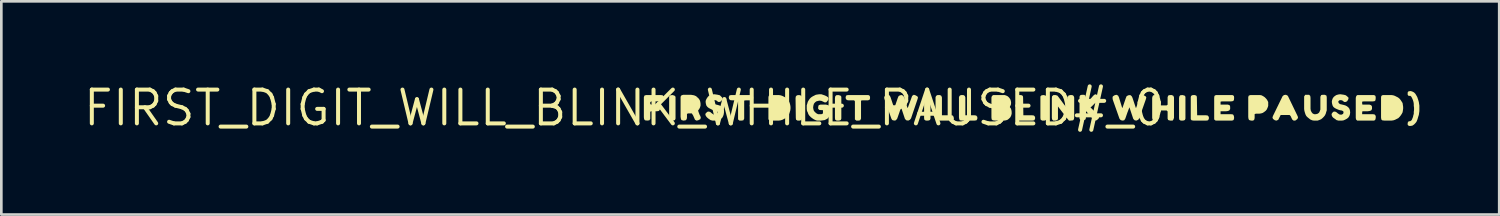
<source format=kicad_pcb>
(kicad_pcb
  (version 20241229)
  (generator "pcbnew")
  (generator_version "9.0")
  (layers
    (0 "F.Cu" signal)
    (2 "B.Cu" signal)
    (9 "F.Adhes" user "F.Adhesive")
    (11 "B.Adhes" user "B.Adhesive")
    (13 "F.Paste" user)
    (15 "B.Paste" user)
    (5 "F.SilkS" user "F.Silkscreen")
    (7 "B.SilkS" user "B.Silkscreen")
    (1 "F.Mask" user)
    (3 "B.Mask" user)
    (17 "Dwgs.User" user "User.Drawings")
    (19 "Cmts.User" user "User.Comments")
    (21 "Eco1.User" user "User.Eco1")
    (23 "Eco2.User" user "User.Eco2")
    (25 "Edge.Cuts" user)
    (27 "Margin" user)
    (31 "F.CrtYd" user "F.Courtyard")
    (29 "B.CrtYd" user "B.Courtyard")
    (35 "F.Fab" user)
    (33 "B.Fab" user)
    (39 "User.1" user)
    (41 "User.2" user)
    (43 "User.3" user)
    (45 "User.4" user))
  (footprint "FIRST_DIGIT_WILL_BLINK_WHILE_PAUSED#_0"
    (layer "F.Cu")
    (at 20.418 1.006)
    (property "Reference" "FIRST_DIGIT_WILL_BLINK_WHILE_PAUSED#_0" (at 0 0 0) (layer "F.SilkS") (effects (font (size 1.27 1.27) (thickness 0.15))))
    (fp_poly (pts (xy 1.873 -0.464) (xy 1.915 -0.422) (xy 1.915 0.401) (xy 1.894 0.454) (xy 1.831 0.475) (xy 1.739 0.475) (xy 1.685 0.443) (xy 1.675 0.38) (xy 1.675 -0.432) (xy 1.718 -0.475) (xy 1.8 -0.485)) (stroke (width 0) (type solid)) (fill yes) (layer "F.SilkS"))
    (fp_poly (pts (xy 6.633 -0.464) (xy 6.665 -0.422) (xy 6.665 0.401) (xy 6.644 0.454) (xy 6.581 0.475) (xy 6.499 0.475) (xy 6.445 0.443) (xy 6.435 0.38) (xy 6.425 -0.37) (xy 6.435 -0.432) (xy 6.478 -0.475) (xy 6.56 -0.485)) (stroke (width 0) (type solid)) (fill yes) (layer "F.SilkS"))
    (fp_poly (pts (xy 8.113 -0.464) (xy 8.145 -0.422) (xy 8.145 0.401) (xy 8.124 0.454) (xy 8.061 0.475) (xy 7.969 0.475) (xy 7.915 0.443) (xy 7.905 0.38) (xy 7.905 -0.37) (xy 7.915 -0.432) (xy 7.947 -0.475) (xy 8.03 -0.485)) (stroke (width 0) (type solid)) (fill yes) (layer "F.SilkS"))
    (fp_poly (pts (xy 11.453 -0.464) (xy 11.485 -0.422) (xy 11.495 -0.35) (xy 11.495 0.401) (xy 11.474 0.454) (xy 11.411 0.475) (xy 11.319 0.475) (xy 11.265 0.443) (xy 11.255 0.38) (xy 11.255 -0.432) (xy 11.298 -0.475) (xy 11.38 -0.485)) (stroke (width 0) (type solid)) (fill yes) (layer "F.SilkS"))
    (fp_poly (pts (xy 21.043 -0.464) (xy 21.075 -0.422) (xy 21.075 0.401) (xy 21.054 0.454) (xy 20.991 0.475) (xy 20.899 0.475) (xy 20.845 0.443) (xy 20.835 0.38) (xy 20.835 -0.37) (xy 20.845 -0.432) (xy 20.877 -0.475) (xy 20.96 -0.485)) (stroke (width 0) (type solid)) (fill yes) (layer "F.SilkS"))
    (fp_poly (pts (xy 15.823 -0.464) (xy 15.855 -0.422) (xy 15.865 -0.35) (xy 15.865 0.32) (xy 15.855 0.401) (xy 15.834 0.454) (xy 15.781 0.475) (xy 15.689 0.475) (xy 15.635 0.443) (xy 15.625 0.38) (xy 15.625 -0.432) (xy 15.668 -0.475) (xy 15.75 -0.485)) (stroke (width 0) (type solid)) (fill yes) (layer "F.SilkS"))
    (fp_poly (pts (xy 14.965 -0.453) (xy 14.975 -0.39) (xy 14.985 0.275) (xy 15.31 0.275) (xy 15.383 0.285) (xy 15.425 0.338) (xy 15.425 0.411) (xy 15.393 0.465) (xy 15.33 0.475) (xy 14.85 0.475) (xy 14.777 0.465) (xy 14.745 0.422) (xy 14.745 -0.4) (xy 14.756 -0.453) (xy 14.819 -0.485) (xy 14.901 -0.485)) (stroke (width 0) (type solid)) (fill yes) (layer "F.SilkS"))
    (fp_poly (pts (xy 21.495 -0.453) (xy 21.505 -0.39) (xy 21.515 0.275) (xy 21.84 0.275) (xy 21.913 0.285) (xy 21.955 0.338) (xy 21.955 0.411) (xy 21.923 0.465) (xy 21.86 0.475) (xy 21.38 0.475) (xy 21.307 0.465) (xy 21.275 0.422) (xy 21.275 -0.4) (xy 21.286 -0.453) (xy 21.349 -0.485) (xy 21.431 -0.485)) (stroke (width 0) (type solid)) (fill yes) (layer "F.SilkS"))
    (fp_poly (pts (xy 11.904 -0.453) (xy 11.925 -0.391) (xy 11.925 0.275) (xy 12.26 0.275) (xy 12.333 0.285) (xy 12.365 0.338) (xy 12.375 0.411) (xy 12.343 0.465) (xy 12.27 0.475) (xy 11.8 0.475) (xy 11.717 0.465) (xy 11.695 0.422) (xy 11.685 0.35) (xy 11.685 -0.401) (xy 11.706 -0.453) (xy 11.759 -0.485) (xy 11.851 -0.485)) (stroke (width 0) (type solid)) (fill yes) (layer "F.SilkS"))
    (fp_poly (pts (xy 12.784 -0.453) (xy 12.805 -0.391) (xy 12.805 0.275) (xy 13.14 0.275) (xy 13.213 0.285) (xy 13.255 0.338) (xy 13.255 0.411) (xy 13.223 0.465) (xy 13.15 0.475) (xy 12.68 0.475) (xy 12.597 0.465) (xy 12.575 0.422) (xy 12.565 0.35) (xy 12.565 -0.401) (xy 12.586 -0.453) (xy 12.639 -0.485) (xy 12.731 -0.485)) (stroke (width 0) (type solid)) (fill yes) (layer "F.SilkS"))
    (fp_poly (pts (xy 4.825 -0.453) (xy 4.835 -0.38) (xy 4.825 -0.317) (xy 4.761 -0.285) (xy 4.55 -0.285) (xy 4.495 -0.276) (xy 4.495 0.401) (xy 4.463 0.465) (xy 4.4 0.475) (xy 4.318 0.475) (xy 4.265 0.432) (xy 4.265 -0.248) (xy 4.237 -0.285) (xy 4.04 -0.285) (xy 3.968 -0.295) (xy 3.925 -0.338) (xy 3.915 -0.411) (xy 3.947 -0.475) (xy 4.02 -0.485) (xy 4.771 -0.485)) (stroke (width 0) (type solid)) (fill yes) (layer "F.SilkS"))
    (fp_poly (pts (xy 9.215 -0.453) (xy 9.225 -0.38) (xy 9.215 -0.317) (xy 9.151 -0.285) (xy 8.94 -0.285) (xy 8.885 -0.276) (xy 8.885 0.401) (xy 8.853 0.465) (xy 8.79 0.475) (xy 8.708 0.475) (xy 8.655 0.432) (xy 8.655 -0.248) (xy 8.627 -0.285) (xy 8.43 -0.285) (xy 8.358 -0.295) (xy 8.315 -0.338) (xy 8.305 -0.411) (xy 8.337 -0.475) (xy 8.41 -0.485) (xy 9.161 -0.485)) (stroke (width 0) (type solid)) (fill yes) (layer "F.SilkS"))
    (fp_poly (pts (xy 24.913 -0.464) (xy 24.934 -0.432) (xy 25.295 0.318) (xy 25.305 0.371) (xy 25.274 0.423) (xy 25.202 0.475) (xy 25.138 0.475) (xy 25.086 0.433) (xy 25.026 0.303) (xy 24.988 0.265) (xy 24.653 0.265) (xy 24.594 0.382) (xy 24.564 0.444) (xy 24.501 0.475) (xy 24.438 0.465) (xy 24.366 0.413) (xy 24.345 0.36) (xy 24.365 0.298) (xy 24.696 -0.382) (xy 24.726 -0.443) (xy 24.778 -0.485) (xy 24.851 -0.495)) (stroke (width 0) (type solid)) (fill yes) (layer "F.SilkS"))
    (fp_poly (pts (xy 1.433 -0.475) (xy 1.475 -0.422) (xy 1.485 -0.35) (xy 1.464 -0.287) (xy 1.412 -0.245) (xy 1.002 -0.245) (xy 0.965 -0.217) (xy 0.965 -0.152) (xy 0.992 -0.125) (xy 1.272 -0.125) (xy 1.314 -0.083) (xy 1.335 -0.01) (xy 1.325 0.072) (xy 1.282 0.115) (xy 1.21 0.125) (xy 1.001 0.125) (xy 0.965 0.143) (xy 0.965 0.411) (xy 0.933 0.465) (xy 0.85 0.475) (xy 0.767 0.465) (xy 0.735 0.422) (xy 0.725 0.35) (xy 0.725 -0.401) (xy 0.746 -0.464) (xy 0.809 -0.485) (xy 1.36 -0.485)) (stroke (width 0) (type solid)) (fill yes) (layer "F.SilkS"))
    (fp_poly (pts (xy 14.342 -0.465) (xy 14.403 -0.434) (xy 14.454 -0.383) (xy 14.495 -0.322) (xy 14.515 -0.261) (xy 14.525 -0.19) (xy 14.515 -0.118) (xy 14.485 -0.058) (xy 14.476 -0.031) (xy 14.514 0.018) (xy 14.535 0.079) (xy 14.545 0.15) (xy 14.545 0.221) (xy 14.525 0.292) (xy 14.494 0.353) (xy 14.443 0.404) (xy 14.392 0.444) (xy 14.331 0.465) (xy 14.26 0.475) (xy 13.92 0.475) (xy 13.838 0.465) (xy 13.795 0.433) (xy 13.785 0.36) (xy 13.785 -0.391) (xy 13.806 -0.453) (xy 13.859 -0.485) (xy 14.281 -0.485)) (stroke (width 0) (type solid)) (fill yes) (layer "F.SilkS"))
    (fp_poly (pts (xy 16.263 -0.464) (xy 16.304 -0.413) (xy 16.504 -0.143) (xy 16.655 0.055) (xy 16.655 -0.401) (xy 16.676 -0.464) (xy 16.749 -0.485) (xy 16.821 -0.485) (xy 16.874 -0.453) (xy 16.895 -0.391) (xy 16.895 0.36) (xy 16.885 0.422) (xy 16.853 0.465) (xy 16.77 0.475) (xy 16.698 0.475) (xy 16.646 0.413) (xy 16.285 -0.055) (xy 16.285 0.401) (xy 16.264 0.454) (xy 16.201 0.475) (xy 16.108 0.475) (xy 16.065 0.432) (xy 16.055 0.37) (xy 16.055 -0.37) (xy 16.065 -0.443) (xy 16.118 -0.485) (xy 16.191 -0.485)) (stroke (width 0) (type solid)) (fill yes) (layer "F.SilkS"))
    (fp_poly (pts (xy 22.895 -0.453) (xy 22.905 -0.38) (xy 22.895 -0.287) (xy 22.852 -0.255) (xy 22.78 -0.245) (xy 22.44 -0.245) (xy 22.395 -0.236) (xy 22.395 -0.125) (xy 22.671 -0.125) (xy 22.734 -0.104) (xy 22.755 -0.051) (xy 22.755 0.041) (xy 22.723 0.094) (xy 22.671 0.115) (xy 22.6 0.125) (xy 22.395 0.125) (xy 22.395 0.235) (xy 22.79 0.235) (xy 22.863 0.245) (xy 22.895 0.298) (xy 22.905 0.38) (xy 22.884 0.454) (xy 22.831 0.475) (xy 22.208 0.475) (xy 22.155 0.432) (xy 22.155 -0.38) (xy 22.165 -0.453) (xy 22.219 -0.485) (xy 22.841 -0.485)) (stroke (width 0) (type solid)) (fill yes) (layer "F.SilkS"))
    (fp_poly (pts (xy 5.861 -0.475) (xy 5.922 -0.455) (xy 6.043 -0.394) (xy 6.094 -0.344) (xy 6.144 -0.293) (xy 6.184 -0.232) (xy 6.205 -0.182) (xy 6.225 -0.111) (xy 6.235 -0.04) (xy 6.235 0.03) (xy 6.225 0.101) (xy 6.205 0.162) (xy 6.185 0.222) (xy 6.144 0.283) (xy 6.104 0.334) (xy 6.043 0.384) (xy 5.992 0.414) (xy 5.936 0.442) (xy 5.937 0.443) (xy 5.932 0.445) (xy 5.927 0.447) (xy 5.927 0.446) (xy 5.871 0.465) (xy 5.8 0.475) (xy 5.53 0.475) (xy 5.448 0.465) (xy 5.405 0.432) (xy 5.405 -0.39) (xy 5.415 -0.453) (xy 5.469 -0.485) (xy 5.79 -0.485)) (stroke (width 0) (type solid)) (fill yes) (layer "F.SilkS"))
    (fp_poly (pts (xy 23.932 -0.475) (xy 23.993 -0.444) (xy 24.053 -0.404) (xy 24.104 -0.353) (xy 24.144 -0.303) (xy 24.185 -0.221) (xy 24.185 -0.079) (xy 24.165 -0.018) (xy 24.134 0.053) (xy 24.094 0.104) (xy 24.043 0.144) (xy 23.987 0.182) (xy 23.987 0.183) (xy 23.982 0.185) (xy 23.978 0.187) (xy 23.977 0.186) (xy 23.921 0.205) (xy 23.85 0.215) (xy 23.721 0.215) (xy 23.675 0.233) (xy 23.675 0.37) (xy 23.665 0.432) (xy 23.622 0.475) (xy 23.539 0.475) (xy 23.467 0.454) (xy 23.445 0.412) (xy 23.435 0.34) (xy 23.435 -0.411) (xy 23.456 -0.464) (xy 23.519 -0.485) (xy 23.87 -0.485)) (stroke (width 0) (type solid)) (fill yes) (layer "F.SilkS"))
    (fp_poly (pts (xy 20.044 -0.464) (xy 20.065 -0.401) (xy 20.065 -0.132) (xy 20.102 -0.095) (xy 20.368 -0.095) (xy 20.405 -0.122) (xy 20.405 -0.401) (xy 20.426 -0.464) (xy 20.489 -0.485) (xy 20.561 -0.485) (xy 20.624 -0.454) (xy 20.645 -0.391) (xy 20.645 0.371) (xy 20.624 0.432) (xy 20.593 0.475) (xy 20.499 0.475) (xy 20.426 0.454) (xy 20.405 0.401) (xy 20.405 0.132) (xy 20.368 0.095) (xy 20.102 0.095) (xy 20.065 0.132) (xy 20.065 0.401) (xy 20.044 0.454) (xy 19.971 0.475) (xy 19.888 0.475) (xy 19.835 0.433) (xy 19.825 0.37) (xy 19.825 -0.381) (xy 19.846 -0.453) (xy 19.888 -0.485) (xy 19.981 -0.485)) (stroke (width 0) (type solid)) (fill yes) (layer "F.SilkS"))
    (fp_poly (pts (xy 28.215 -0.453) (xy 28.225 -0.38) (xy 28.215 -0.288) (xy 28.182 -0.255) (xy 28.11 -0.245) (xy 27.77 -0.245) (xy 27.715 -0.236) (xy 27.715 -0.17) (xy 27.724 -0.125) (xy 27.991 -0.125) (xy 28.053 -0.104) (xy 28.085 -0.051) (xy 28.085 0.041) (xy 28.053 0.094) (xy 27.991 0.115) (xy 27.92 0.125) (xy 27.724 0.125) (xy 27.715 0.18) (xy 27.715 0.235) (xy 28.12 0.235) (xy 28.183 0.245) (xy 28.225 0.298) (xy 28.225 0.381) (xy 28.204 0.453) (xy 28.161 0.475) (xy 27.528 0.475) (xy 27.485 0.432) (xy 27.475 0.37) (xy 27.475 -0.381) (xy 27.496 -0.453) (xy 27.538 -0.485) (xy 28.161 -0.485)) (stroke (width 0) (type solid)) (fill yes) (layer "F.SilkS"))
    (fp_poly (pts (xy 28.881 -0.475) (xy 28.942 -0.455) (xy 29.002 -0.424) (xy 29.063 -0.394) (xy 29.124 -0.344) (xy 29.164 -0.293) (xy 29.204 -0.233) (xy 29.235 -0.182) (xy 29.245 -0.111) (xy 29.255 -0.04) (xy 29.255 0.03) (xy 29.245 0.101) (xy 29.235 0.162) (xy 29.204 0.223) (xy 29.164 0.283) (xy 29.124 0.333) (xy 29.073 0.384) (xy 29.012 0.414) (xy 28.956 0.442) (xy 28.957 0.443) (xy 28.952 0.445) (xy 28.947 0.447) (xy 28.947 0.446) (xy 28.891 0.465) (xy 28.82 0.475) (xy 28.55 0.475) (xy 28.468 0.465) (xy 28.435 0.432) (xy 28.425 0.36) (xy 28.425 -0.39) (xy 28.435 -0.453) (xy 28.489 -0.485) (xy 28.81 -0.485)) (stroke (width 0) (type solid)) (fill yes) (layer "F.SilkS"))
    (fp_poly (pts (xy 17.763 -0.484) (xy 17.825 -0.422) (xy 17.825 -0.369) (xy 17.794 -0.307) (xy 17.754 -0.267) (xy 17.674 -0.177) (xy 17.553 -0.056) (xy 17.507 -0.02) (xy 17.674 0.146) (xy 17.794 0.267) (xy 17.825 0.329) (xy 17.825 0.382) (xy 17.763 0.444) (xy 17.711 0.475) (xy 17.658 0.465) (xy 17.596 0.414) (xy 17.335 0.113) (xy 17.335 0.36) (xy 17.325 0.423) (xy 17.272 0.455) (xy 17.19 0.465) (xy 17.117 0.444) (xy 17.095 0.401) (xy 17.095 -0.421) (xy 17.116 -0.474) (xy 17.179 -0.495) (xy 17.272 -0.495) (xy 17.314 -0.463) (xy 17.335 -0.391) (xy 17.335 -0.143) (xy 17.476 -0.303) (xy 17.596 -0.443) (xy 17.647 -0.494) (xy 17.7 -0.515)) (stroke (width 0) (type solid)) (fill yes) (layer "F.SilkS"))
    (fp_poly (pts (xy 2.611 -0.475) (xy 2.683 -0.444) (xy 2.737 -0.401) (xy 2.69 -0.347) (xy 2.74 -0.397) (xy 2.784 -0.353) (xy 2.825 -0.292) (xy 2.845 -0.231) (xy 2.855 -0.16) (xy 2.855 -0.089) (xy 2.835 -0.018) (xy 2.804 0.043) (xy 2.765 0.091) (xy 2.775 0.139) (xy 2.824 0.268) (xy 2.845 0.298) (xy 2.865 0.37) (xy 2.844 0.424) (xy 2.762 0.465) (xy 2.699 0.475) (xy 2.646 0.443) (xy 2.576 0.282) (xy 2.527 0.205) (xy 2.391 0.205) (xy 2.345 0.223) (xy 2.345 0.36) (xy 2.335 0.422) (xy 2.292 0.465) (xy 2.21 0.475) (xy 2.136 0.454) (xy 2.115 0.401) (xy 2.105 0.33) (xy 2.105 -0.421) (xy 2.137 -0.474) (xy 2.209 -0.495) (xy 2.49 -0.495)) (stroke (width 0) (type solid)) (fill yes) (layer "F.SilkS"))
    (fp_poly (pts (xy 10.932 -0.475) (xy 11.004 -0.434) (xy 11.025 -0.39) (xy 11.005 -0.319) (xy 10.764 0.392) (xy 10.723 0.444) (xy 10.661 0.475) (xy 10.588 0.465) (xy 10.536 0.413) (xy 10.515 0.352) (xy 10.39 -0.024) (xy 10.325 0.172) (xy 10.244 0.403) (xy 10.193 0.465) (xy 10.13 0.475) (xy 10.057 0.454) (xy 10.025 0.402) (xy 9.775 -0.308) (xy 9.755 -0.38) (xy 9.766 -0.433) (xy 9.838 -0.475) (xy 9.911 -0.495) (xy 9.964 -0.464) (xy 9.995 -0.402) (xy 10.124 -0.013) (xy 10.138 0.001) (xy 10.265 -0.372) (xy 10.296 -0.443) (xy 10.348 -0.475) (xy 10.421 -0.485) (xy 10.484 -0.443) (xy 10.505 -0.382) (xy 10.632 0.001) (xy 10.646 -0.013) (xy 10.806 -0.453) (xy 10.869 -0.496)) (stroke (width 0) (type solid)) (fill yes) (layer "F.SilkS"))
    (fp_poly (pts (xy 19.512 -0.475) (xy 19.584 -0.434) (xy 19.605 -0.39) (xy 19.585 -0.318) (xy 19.335 0.392) (xy 19.303 0.444) (xy 19.231 0.475) (xy 19.168 0.465) (xy 19.116 0.413) (xy 19.095 0.352) (xy 18.97 -0.025) (xy 18.895 0.172) (xy 18.815 0.402) (xy 18.773 0.465) (xy 18.7 0.475) (xy 18.637 0.454) (xy 18.596 0.402) (xy 18.345 -0.309) (xy 18.335 -0.38) (xy 18.346 -0.433) (xy 18.408 -0.475) (xy 18.48 -0.495) (xy 18.544 -0.464) (xy 18.575 -0.402) (xy 18.694 -0.013) (xy 18.708 0.001) (xy 18.835 -0.372) (xy 18.866 -0.444) (xy 18.928 -0.475) (xy 19.001 -0.485) (xy 19.054 -0.443) (xy 19.085 -0.382) (xy 19.212 0.001) (xy 19.226 -0.013) (xy 19.376 -0.453) (xy 19.439 -0.495)) (stroke (width 0) (type solid)) (fill yes) (layer "F.SilkS"))
    (fp_poly (pts (xy 25.765 -0.452) (xy 25.775 -0.38) (xy 25.775 0.03) (xy 25.785 0.098) (xy 25.814 0.157) (xy 25.853 0.206) (xy 25.911 0.235) (xy 25.979 0.235) (xy 26.048 0.215) (xy 26.096 0.177) (xy 26.125 0.118) (xy 26.145 0.059) (xy 26.145 -0.421) (xy 26.177 -0.485) (xy 26.24 -0.495) (xy 26.311 -0.495) (xy 26.375 -0.463) (xy 26.385 -0.39) (xy 26.385 0.091) (xy 26.365 0.151) (xy 26.345 0.222) (xy 26.314 0.283) (xy 26.274 0.333) (xy 26.223 0.384) (xy 26.173 0.424) (xy 26.102 0.455) (xy 26.041 0.475) (xy 25.9 0.475) (xy 25.839 0.465) (xy 25.767 0.434) (xy 25.717 0.394) (xy 25.667 0.354) (xy 25.616 0.303) (xy 25.585 0.242) (xy 25.565 0.181) (xy 25.545 0.111) (xy 25.535 0.04) (xy 25.535 -0.432) (xy 25.577 -0.495) (xy 25.722 -0.495)) (stroke (width 0) (type solid)) (fill yes) (layer "F.SilkS"))
    (fp_poly (pts (xy 29.602 -0.615) (xy 29.663 -0.584) (xy 29.714 -0.533) (xy 29.744 -0.483) (xy 29.785 -0.412) (xy 29.805 -0.352) (xy 29.825 -0.291) (xy 29.845 -0.221) (xy 29.855 -0.151) (xy 29.865 -0.09) (xy 29.865 0.12) (xy 29.855 0.191) (xy 29.845 0.261) (xy 29.825 0.321) (xy 29.805 0.391) (xy 29.785 0.452) (xy 29.754 0.523) (xy 29.714 0.573) (xy 29.663 0.624) (xy 29.602 0.665) (xy 29.54 0.675) (xy 29.468 0.675) (xy 29.425 0.632) (xy 29.425 0.559) (xy 29.457 0.505) (xy 29.528 0.495) (xy 29.576 0.457) (xy 29.605 0.388) (xy 29.625 0.339) (xy 29.635 0.289) (xy 29.655 0.219) (xy 29.655 0.15) (xy 29.665 0.07) (xy 29.665 -0.01) (xy 29.655 -0.08) (xy 29.655 -0.15) (xy 29.645 -0.219) (xy 29.625 -0.288) (xy 29.605 -0.338) (xy 29.566 -0.417) (xy 29.528 -0.455) (xy 29.457 -0.455) (xy 29.425 -0.498) (xy 29.425 -0.582) (xy 29.457 -0.625) (xy 29.541 -0.635)) (stroke (width 0) (type solid)) (fill yes) (layer "F.SilkS"))
    (fp_poly (pts (xy 3.441 -0.505) (xy 3.501 -0.495) (xy 3.583 -0.475) (xy 3.624 -0.434) (xy 3.675 -0.382) (xy 3.675 -0.329) (xy 3.634 -0.256) (xy 3.571 -0.225) (xy 3.518 -0.225) (xy 3.458 -0.276) (xy 3.4 -0.295) (xy 3.333 -0.285) (xy 3.295 -0.239) (xy 3.305 -0.183) (xy 3.362 -0.145) (xy 3.491 -0.115) (xy 3.562 -0.095) (xy 3.623 -0.064) (xy 3.674 -0.024) (xy 3.714 0.028) (xy 3.735 0.089) (xy 3.735 0.17) (xy 3.725 0.241) (xy 3.705 0.302) (xy 3.674 0.363) (xy 3.623 0.404) (xy 3.502 0.465) (xy 3.43 0.475) (xy 3.299 0.475) (xy 3.228 0.455) (xy 3.167 0.414) (xy 3.117 0.374) (xy 3.076 0.333) (xy 3.035 0.261) (xy 3.045 0.208) (xy 3.108 0.145) (xy 3.171 0.135) (xy 3.223 0.156) (xy 3.283 0.206) (xy 3.342 0.245) (xy 3.409 0.255) (xy 3.466 0.226) (xy 3.495 0.179) (xy 3.476 0.123) (xy 3.428 0.095) (xy 3.359 0.085) (xy 3.288 0.065) (xy 3.167 0.004) (xy 3.116 -0.036) (xy 3.075 -0.088) (xy 3.055 -0.159) (xy 3.045 -0.23) (xy 3.055 -0.292) (xy 3.086 -0.353) (xy 3.126 -0.413) (xy 3.167 -0.454) (xy 3.228 -0.485) (xy 3.289 -0.505) (xy 3.37 -0.515)) (stroke (width 0) (type solid)) (fill yes) (layer "F.SilkS"))
    (fp_poly (pts (xy 26.961 -0.505) (xy 27.031 -0.495) (xy 27.102 -0.475) (xy 27.153 -0.434) (xy 27.205 -0.382) (xy 27.195 -0.328) (xy 27.154 -0.256) (xy 27.101 -0.225) (xy 27.038 -0.225) (xy 26.978 -0.276) (xy 26.92 -0.295) (xy 26.853 -0.285) (xy 26.816 -0.239) (xy 26.834 -0.183) (xy 26.882 -0.145) (xy 27.011 -0.115) (xy 27.082 -0.095) (xy 27.143 -0.064) (xy 27.194 -0.024) (xy 27.234 0.028) (xy 27.255 0.089) (xy 27.265 0.17) (xy 27.255 0.241) (xy 27.235 0.302) (xy 27.194 0.363) (xy 27.143 0.404) (xy 27.022 0.465) (xy 26.96 0.475) (xy 26.819 0.475) (xy 26.748 0.455) (xy 26.697 0.414) (xy 26.637 0.374) (xy 26.596 0.333) (xy 26.565 0.261) (xy 26.575 0.208) (xy 26.627 0.145) (xy 26.691 0.135) (xy 26.743 0.156) (xy 26.803 0.206) (xy 26.862 0.245) (xy 26.929 0.255) (xy 26.996 0.226) (xy 27.015 0.179) (xy 27.005 0.123) (xy 26.948 0.095) (xy 26.879 0.085) (xy 26.818 0.065) (xy 26.748 0.035) (xy 26.687 0.004) (xy 26.636 -0.037) (xy 26.605 -0.088) (xy 26.585 -0.159) (xy 26.575 -0.23) (xy 26.585 -0.291) (xy 26.605 -0.352) (xy 26.646 -0.413) (xy 26.697 -0.454) (xy 26.748 -0.485) (xy 26.819 -0.505) (xy 26.89 -0.515)) (stroke (width 0) (type solid)) (fill yes) (layer "F.SilkS"))
    (fp_poly (pts (xy 7.452 -0.495) (xy 7.512 -0.475) (xy 7.582 -0.444) (xy 7.644 -0.403) (xy 7.665 -0.34) (xy 7.634 -0.277) (xy 7.583 -0.215) (xy 7.529 -0.205) (xy 7.399 -0.265) (xy 7.33 -0.275) (xy 7.271 -0.265) (xy 7.202 -0.245) (xy 7.154 -0.206) (xy 7.115 -0.158) (xy 7.095 -0.089) (xy 7.085 -0.02) (xy 7.095 0.049) (xy 7.114 0.108) (xy 7.154 0.156) (xy 7.213 0.206) (xy 7.271 0.235) (xy 7.399 0.235) (xy 7.455 0.207) (xy 7.455 0.085) (xy 7.318 0.075) (xy 7.275 0.032) (xy 7.275 -0.041) (xy 7.296 -0.104) (xy 7.359 -0.125) (xy 7.571 -0.125) (xy 7.642 -0.105) (xy 7.685 -0.073) (xy 7.695 -0.000355) (xy 7.695 0.281) (xy 7.674 0.342) (xy 7.633 0.394) (xy 7.582 0.424) (xy 7.522 0.455) (xy 7.451 0.465) (xy 7.38 0.475) (xy 7.229 0.475) (xy 7.168 0.455) (xy 7.107 0.424) (xy 7.047 0.384) (xy 6.997 0.344) (xy 6.946 0.293) (xy 6.905 0.232) (xy 6.885 0.172) (xy 6.855 0.112) (xy 6.845 0.04) (xy 6.845 -0.101) (xy 6.865 -0.161) (xy 6.885 -0.232) (xy 6.916 -0.283) (xy 6.956 -0.343) (xy 7.007 -0.394) (xy 7.067 -0.434) (xy 7.188 -0.495) (xy 7.249 -0.505) (xy 7.32 -0.515) (xy 7.391 -0.515)) (stroke (width 0) (type solid)) (fill yes) (layer "F.SilkS")))
  (gr_rect
    (start -3 -3)
    (end 53.283 5.012)
    (stroke (width 0.1) (type default))
    (fill no)
    (layer "Edge.Cuts")))
</source>
